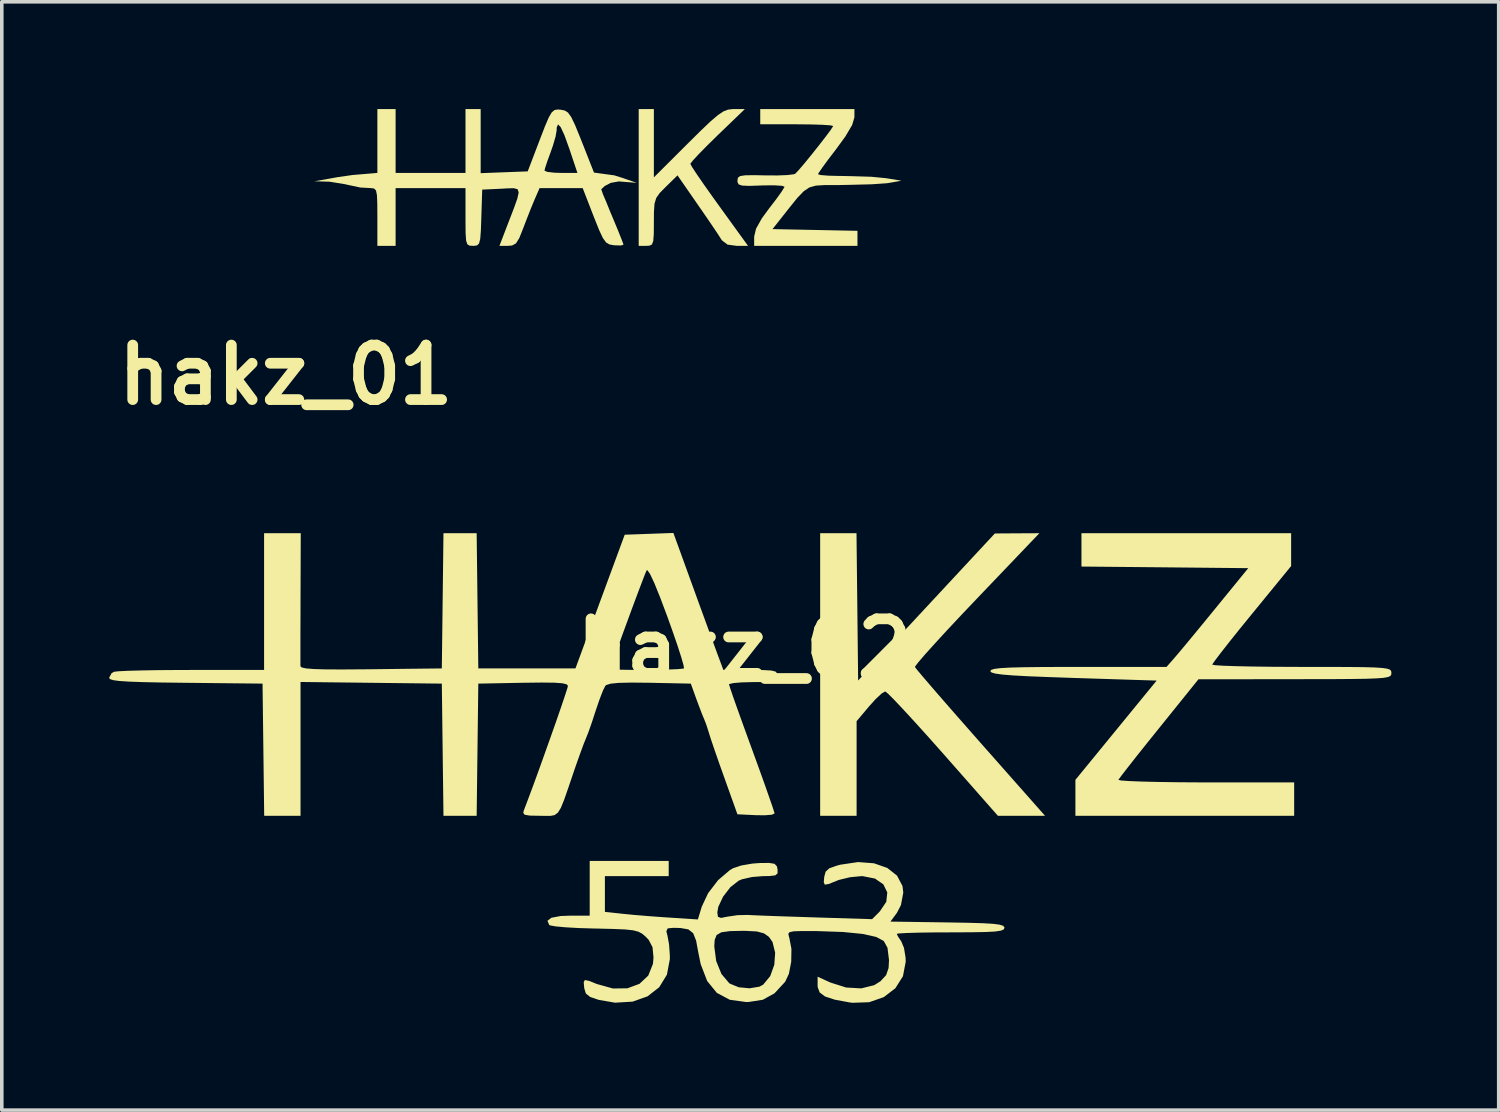
<source format=kicad_pcb>
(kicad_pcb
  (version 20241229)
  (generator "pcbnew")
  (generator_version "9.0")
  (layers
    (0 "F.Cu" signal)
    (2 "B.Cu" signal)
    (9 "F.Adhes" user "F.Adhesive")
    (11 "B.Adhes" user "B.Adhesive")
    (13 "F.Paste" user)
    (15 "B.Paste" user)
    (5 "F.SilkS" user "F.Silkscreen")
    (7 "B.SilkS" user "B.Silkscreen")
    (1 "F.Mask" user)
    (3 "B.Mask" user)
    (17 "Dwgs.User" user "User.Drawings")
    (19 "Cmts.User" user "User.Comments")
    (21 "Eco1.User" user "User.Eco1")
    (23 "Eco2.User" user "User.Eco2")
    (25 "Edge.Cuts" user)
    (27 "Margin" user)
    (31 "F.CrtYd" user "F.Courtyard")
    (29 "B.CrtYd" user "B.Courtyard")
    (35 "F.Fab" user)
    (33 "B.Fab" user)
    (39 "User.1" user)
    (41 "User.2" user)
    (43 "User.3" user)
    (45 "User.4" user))
  (footprint "hakz_01"
    (layer "F.Cu")
    (at 12.512 5.012)
    (property "Reference" "hakz_01" (at -7.57 2.42 0) (layer "F.SilkS") (effects (font (size 1.524 1.524) (thickness 0.3))))
    (attr board_only exclude_from_pos_files exclude_from_bom)
    (fp_poly (pts (xy 2.718 -3.103) (xy 3.675 -4.058) (xy 4.041 -4.42) (xy 4.312 -4.677) (xy 4.512 -4.847) (xy 4.664 -4.948) (xy 4.791 -4.997) (xy 4.916 -5.012) (xy 4.947 -5.012) (xy 5.261 -5.012) (xy 4.499 -4.278) (xy 4.209 -3.993) (xy 3.97 -3.75) (xy 3.805 -3.571) (xy 3.738 -3.483) (xy 3.738 -3.481) (xy 3.785 -3.394) (xy 3.916 -3.195) (xy 4.114 -2.907) (xy 4.362 -2.557) (xy 4.544 -2.304) (xy 5.35 -1.189) (xy 5.032 -1.189) (xy 4.778 -1.223) (xy 4.623 -1.341) (xy 4.596 -1.38) (xy 4.502 -1.527) (xy 4.335 -1.775) (xy 4.121 -2.088) (xy 3.929 -2.365) (xy 3.379 -3.159) (xy 3.049 -2.836) (xy 2.883 -2.668) (xy 2.785 -2.529) (xy 2.736 -2.367) (xy 2.72 -2.129) (xy 2.718 -1.852) (xy 2.716 -1.52) (xy 2.701 -1.323) (xy 2.663 -1.225) (xy 2.59 -1.193) (xy 2.506 -1.189) (xy 2.294 -1.189) (xy 2.294 -5.012) (xy 2.718 -5.012)) (stroke (width 0) (type solid)) (fill yes) (layer "F.SilkS"))
    (fp_poly (pts (xy 8.325 -4.782) (xy 8.262 -4.568) (xy 8.073 -4.248) (xy 7.815 -3.894) (xy 7.598 -3.61) (xy 7.427 -3.377) (xy 7.325 -3.227) (xy 7.306 -3.19) (xy 7.384 -3.168) (xy 7.59 -3.151) (xy 7.883 -3.143) (xy 7.943 -3.143) (xy 8.279 -3.136) (xy 8.8 -3.12) (xy 9.21 -3.08) (xy 9.64 -3.01) (xy 9.24 -2.94) (xy 8.81 -2.91) (xy 8.225 -2.895) (xy 7.871 -2.888) (xy 7.816 -2.888) (xy 7.486 -2.888) (xy 7.248 -2.873) (xy 7.067 -2.822) (xy 6.907 -2.715) (xy 6.73 -2.531) (xy 6.502 -2.248) (xy 6.337 -2.039) (xy 6.035 -1.657) (xy 8.41 -1.609) (xy 8.41 -1.189) (xy 5.522 -1.189) (xy 5.522 -1.446) (xy 5.574 -1.667) (xy 5.737 -1.958) (xy 5.946 -2.243) (xy 6.144 -2.501) (xy 6.293 -2.709) (xy 6.367 -2.83) (xy 6.371 -2.843) (xy 6.293 -2.868) (xy 6.086 -2.881) (xy 5.791 -2.879) (xy 5.713 -2.876) (xy 5.381 -2.865) (xy 5.184 -2.874) (xy 5.087 -2.907) (xy 5.056 -2.974) (xy 5.055 -3.014) (xy 5.067 -3.092) (xy 5.127 -3.139) (xy 5.267 -3.161) (xy 5.518 -3.165) (xy 5.819 -3.159) (xy 6.168 -3.157) (xy 6.455 -3.168) (xy 6.635 -3.191) (xy 6.669 -3.204) (xy 6.761 -3.3) (xy 6.921 -3.487) (xy 7.118 -3.728) (xy 7.326 -3.989) (xy 7.516 -4.234) (xy 7.66 -4.427) (xy 7.728 -4.533) (xy 7.73 -4.54) (xy 7.651 -4.558) (xy 7.434 -4.573) (xy 7.114 -4.583) (xy 6.721 -4.587) (xy 6.711 -4.587) (xy 5.692 -4.587) (xy 5.692 -5.012) (xy 8.325 -5.012)) (stroke (width 0) (type solid)) (fill yes) (layer "F.SilkS"))
    (fp_poly (pts (xy -4.502 -3.228) (xy -2.548 -3.228) (xy -2.548 -5.012) (xy -2.124 -5.012) (xy -2.124 -3.221) (xy -1.467 -3.246) (xy -0.809 -3.271) (xy -0.801 -3.292) (xy -0.34 -3.292) (xy -0.263 -3.257) (xy -0.065 -3.234) (xy 0.12 -3.228) (xy 0.581 -3.228) (xy 0.354 -3.905) (xy 0.218 -4.282) (xy 0.112 -4.51) (xy 0.039 -4.584) (xy 0.003 -4.499) (xy 0 -4.418) (xy -0.029 -4.246) (xy -0.105 -3.987) (xy -0.17 -3.802) (xy -0.263 -3.547) (xy -0.325 -3.357) (xy -0.34 -3.292) (xy -0.801 -3.292) (xy -0.475 -4.146) (xy -0.328 -4.527) (xy -0.221 -4.777) (xy -0.137 -4.921) (xy -0.057 -4.987) (xy 0.037 -5.001) (xy 0.11 -4.995) (xy 0.225 -4.973) (xy 0.318 -4.914) (xy 0.407 -4.79) (xy 0.512 -4.573) (xy 0.651 -4.233) (xy 0.703 -4.103) (xy 1.044 -3.237) (xy 1.39 -3.19) (xy 1.61 -3.16) (xy 1.819 -3.095) (xy 2.24 -2.95) (xy 1.74 -2.99) (xy 1.514 -2.95) (xy 1.347 -2.863) (xy 1.247 -2.771) (xy 1.295 -2.63) (xy 1.388 -2.413) (xy 1.508 -2.117) (xy 1.572 -1.966) (xy 1.703 -1.65) (xy 1.805 -1.397) (xy 1.862 -1.245) (xy 1.869 -1.22) (xy 1.795 -1.199) (xy 1.617 -1.204) (xy 1.604 -1.205) (xy 1.478 -1.227) (xy 1.382 -1.285) (xy 1.292 -1.408) (xy 1.189 -1.627) (xy 1.051 -1.972) (xy 1.033 -2.018) (xy 0.728 -2.803) (xy -0.477 -2.803) (xy -0.616 -2.485) (xy -0.725 -2.222) (xy -0.855 -1.89) (xy -0.936 -1.678) (xy -1.045 -1.405) (xy -1.137 -1.258) (xy -1.244 -1.199) (xy -1.358 -1.189) (xy -1.599 -1.189) (xy -1.363 -1.805) (xy -1.201 -2.224) (xy -1.099 -2.508) (xy -1.061 -2.682) (xy -1.091 -2.771) (xy -1.194 -2.8) (xy -1.376 -2.796) (xy -1.543 -2.786) (xy -2.081 -2.761) (xy -2.106 -1.975) (xy -2.119 -1.607) (xy -2.137 -1.377) (xy -2.171 -1.252) (xy -2.228 -1.2) (xy -2.319 -1.189) (xy -2.339 -1.189) (xy -2.436 -1.195) (xy -2.497 -1.234) (xy -2.531 -1.338) (xy -2.545 -1.539) (xy -2.548 -1.869) (xy -2.548 -1.996) (xy -2.548 -2.803) (xy -4.502 -2.803) (xy -4.502 -1.189) (xy -5.012 -1.189) (xy -5.012 -1.996) (xy -5.014 -2.37) (xy -5.024 -2.606) (xy -5.05 -2.736) (xy -5.103 -2.791) (xy -5.188 -2.803) (xy -5.49 -2.82) (xy -5.97 -2.922) (xy -6.35 -2.982) (xy -6.77 -2.994) (xy -6.12 -3.11) (xy -5.7 -3.17) (xy -5.22 -3.21) (xy -5.012 -3.228) (xy -5.012 -5.012) (xy -4.502 -5.012)) (stroke (width 0) (type solid)) (fill yes) (layer "F.SilkS")))
  (footprint "hakz_02"
    (layer "F.Cu")
    (at 17.755 15.085)
    (property "Reference" "hakz_02" (at 0 0 0) (layer "F.SilkS") (effects (font (size 1.524 1.524) (thickness 0.3))))
    (attr board_only exclude_from_pos_files exclude_from_bom)
    (fp_poly (pts (xy 3.163 -1.169) (xy 3.186 0.889) (xy 5.097 -1.166) (xy 7.008 -3.221) (xy 7.631 -3.225) (xy 8.253 -3.228) (xy 6.501 -1.394) (xy 6.061 -0.931) (xy 5.663 -0.506) (xy 5.322 -0.134) (xy 5.051 0.167) (xy 4.865 0.384) (xy 4.778 0.499) (xy 4.774 0.513) (xy 4.834 0.592) (xy 4.994 0.782) (xy 5.24 1.069) (xy 5.557 1.435) (xy 5.933 1.865) (xy 6.354 2.344) (xy 6.605 2.629) (xy 8.411 4.672) (xy 7.752 4.672) (xy 7.093 4.672) (xy 5.564 2.936) (xy 5.158 2.479) (xy 4.786 2.067) (xy 4.463 1.716) (xy 4.205 1.442) (xy 4.027 1.263) (xy 3.943 1.195) (xy 3.942 1.195) (xy 3.843 1.253) (xy 3.677 1.408) (xy 3.496 1.608) (xy 3.143 2.027) (xy 3.143 4.672) (xy 2.124 4.672) (xy 2.124 -3.228) (xy 3.14 -3.228)) (stroke (width 0) (type solid)) (fill yes) (layer "F.SilkS"))
    (fp_poly (pts (xy 15.291 -2.31) (xy 14.19 -0.964) (xy 13.857 -0.555) (xy 13.565 -0.19) (xy 13.329 0.111) (xy 13.165 0.327) (xy 13.089 0.437) (xy 13.085 0.446) (xy 13.166 0.462) (xy 13.396 0.477) (xy 13.753 0.489) (xy 14.218 0.499) (xy 14.77 0.506) (xy 15.386 0.509) (xy 15.588 0.51) (xy 16.306 0.51) (xy 16.871 0.512) (xy 17.303 0.516) (xy 17.619 0.525) (xy 17.837 0.539) (xy 17.976 0.559) (xy 18.053 0.586) (xy 18.086 0.623) (xy 18.094 0.669) (xy 18.094 0.68) (xy 18.09 0.727) (xy 18.064 0.764) (xy 17.999 0.793) (xy 17.878 0.815) (xy 17.684 0.83) (xy 17.4 0.841) (xy 17.007 0.847) (xy 16.488 0.851) (xy 15.827 0.852) (xy 15.397 0.853) (xy 12.7 0.856) (xy 11.596 2.226) (xy 11.263 2.64) (xy 10.967 3.011) (xy 10.726 3.318) (xy 10.554 3.54) (xy 10.469 3.656) (xy 10.463 3.667) (xy 10.537 3.685) (xy 10.76 3.701) (xy 11.112 3.715) (xy 11.571 3.726) (xy 12.117 3.734) (xy 12.729 3.738) (xy 12.905 3.738) (xy 15.376 3.738) (xy 15.376 4.672) (xy 9.26 4.672) (xy 9.26 3.667) (xy 10.395 2.28) (xy 11.531 0.892) (xy 9.206 0.818) (xy 8.496 0.793) (xy 7.939 0.771) (xy 7.519 0.748) (xy 7.22 0.724) (xy 7.025 0.697) (xy 6.918 0.667) (xy 6.881 0.631) (xy 6.881 0.626) (xy 6.907 0.592) (xy 6.994 0.565) (xy 7.161 0.544) (xy 7.422 0.529) (xy 7.796 0.519) (xy 8.297 0.513) (xy 8.944 0.51) (xy 9.344 0.51) (xy 11.807 0.51) (xy 12.013 0.276) (xy 12.135 0.133) (xy 12.342 -0.114) (xy 12.61 -0.438) (xy 12.918 -0.813) (xy 13.156 -1.104) (xy 14.092 -2.251) (xy 11.761 -2.274) (xy 9.429 -2.296) (xy 9.429 -3.228) (xy 15.291 -3.228)) (stroke (width 0) (type solid)) (fill yes) (layer "F.SilkS"))
    (fp_poly (pts (xy -1.446 -1.766) (xy -1.263 -1.261) (xy -1.087 -0.779) (xy -0.933 -0.355) (xy -0.812 -0.025) (xy -0.748 0.149) (xy -0.582 0.595) (xy 0.176 0.595) (xy 0.538 0.598) (xy 0.762 0.611) (xy 0.881 0.642) (xy 0.927 0.699) (xy 0.934 0.765) (xy 0.92 0.849) (xy 0.855 0.9) (xy 0.704 0.925) (xy 0.434 0.934) (xy 0.255 0.934) (xy -0.061 0.942) (xy -0.298 0.961) (xy -0.417 0.989) (xy -0.424 0.998) (xy -0.395 1.093) (xy -0.317 1.324) (xy -0.196 1.666) (xy -0.042 2.095) (xy 0.137 2.588) (xy 0.214 2.799) (xy 0.4 3.311) (xy 0.565 3.77) (xy 0.699 4.152) (xy 0.796 4.432) (xy 0.845 4.587) (xy 0.849 4.608) (xy 0.772 4.642) (xy 0.572 4.658) (xy 0.33 4.655) (xy -0.189 4.63) (xy -0.569 3.568) (xy -0.715 3.158) (xy -0.841 2.794) (xy -0.936 2.513) (xy -0.988 2.349) (xy -0.991 2.336) (xy -1.064 2.11) (xy -1.109 1.996) (xy -1.182 1.819) (xy -1.282 1.556) (xy -1.339 1.402) (xy -1.492 0.977) (xy -2.645 0.953) (xy -3.151 0.948) (xy -3.509 0.956) (xy -3.738 0.979) (xy -3.859 1.018) (xy -3.881 1.038) (xy -3.947 1.169) (xy -4.042 1.413) (xy -4.146 1.717) (xy -4.154 1.741) (xy -4.258 2.06) (xy -4.354 2.332) (xy -4.421 2.502) (xy -4.423 2.506) (xy -4.486 2.661) (xy -4.585 2.93) (xy -4.703 3.262) (xy -4.75 3.398) (xy -4.912 3.876) (xy -5.031 4.218) (xy -5.123 4.446) (xy -5.207 4.583) (xy -5.299 4.652) (xy -5.416 4.675) (xy -5.575 4.674) (xy -5.709 4.672) (xy -5.99 4.667) (xy -6.135 4.643) (xy -6.177 4.59) (xy -6.161 4.524) (xy -6.048 4.227) (xy -5.905 3.844) (xy -5.744 3.402) (xy -5.575 2.93) (xy -5.406 2.456) (xy -5.248 2.008) (xy -5.112 1.614) (xy -5.007 1.302) (xy -4.942 1.101) (xy -4.927 1.04) (xy -4.962 0.997) (xy -5.083 0.967) (xy -5.309 0.951) (xy -5.662 0.947) (xy -6.163 0.953) (xy -6.18 0.953) (xy -7.433 0.977) (xy -7.456 2.825) (xy -7.479 4.672) (xy -8.407 4.672) (xy -8.43 2.825) (xy -8.453 0.977) (xy -10.428 0.954) (xy -12.403 0.931) (xy -12.403 4.672) (xy -13.419 4.672) (xy -13.442 2.825) (xy -13.465 0.977) (xy -15.61 0.954) (xy -16.286 0.946) (xy -16.81 0.935) (xy -17.199 0.921) (xy -17.471 0.903) (xy -17.642 0.88) (xy -17.731 0.85) (xy -17.755 0.815) (xy -17.686 0.686) (xy -17.62 0.646) (xy -17.5 0.632) (xy -17.236 0.619) (xy -16.852 0.608) (xy -16.374 0.6) (xy -15.828 0.596) (xy -15.454 0.595) (xy -13.422 0.595) (xy -13.422 -3.228) (xy -12.397 -3.228) (xy -12.403 -1.423) (xy -12.404 -0.882) (xy -12.406 -0.395) (xy -12.406 0.011) (xy -12.406 0.308) (xy -12.406 0.471) (xy -12.406 0.49) (xy -12.37 0.525) (xy -12.253 0.551) (xy -12.038 0.569) (xy -11.709 0.579) (xy -11.249 0.581) (xy -10.641 0.577) (xy -10.428 0.575) (xy -9.337 0.562) (xy -3.738 0.562) (xy -3.66 0.578) (xy -3.451 0.588) (xy -3.153 0.593) (xy -2.804 0.594) (xy -2.445 0.591) (xy -2.116 0.583) (xy -1.855 0.572) (xy -1.704 0.557) (xy -1.682 0.55) (xy -1.696 0.459) (xy -1.76 0.236) (xy -1.866 -0.093) (xy -2.007 -0.502) (xy -2.15 -0.901) (xy -2.352 -1.439) (xy -2.514 -1.839) (xy -2.634 -2.093) (xy -2.709 -2.196) (xy -2.727 -2.189) (xy -2.774 -2.081) (xy -2.863 -1.849) (xy -2.985 -1.527) (xy -3.127 -1.146) (xy -3.277 -0.738) (xy -3.424 -0.337) (xy -3.554 0.026) (xy -3.658 0.318) (xy -3.722 0.508) (xy -3.738 0.562) (xy -9.337 0.562) (xy -8.453 0.552) (xy -8.407 -3.228) (xy -7.479 -3.228) (xy -7.456 -1.338) (xy -7.433 0.552) (xy -4.717 0.552) (xy -4.029 -1.317) (xy -3.34 -3.186) (xy -1.979 -3.235)) (stroke (width 0) (type solid)) (fill yes) (layer "F.SilkS"))
    (fp_poly (pts (xy -2.11 6.359) (xy -3.894 6.359) (xy -3.894 7.358) (xy -3.405 7.411) (xy -3.092 7.442) (xy -2.682 7.476) (xy -2.248 7.508) (xy -2.105 7.517) (xy -1.294 7.57) (xy -1.188 7.218) (xy -1.009 6.836) (xy -0.73 6.472) (xy -0.403 6.193) (xy -0.308 6.137) (xy -0.08 6.061) (xy 0.23 6.008) (xy 0.423 5.993) (xy 0.698 5.99) (xy 0.847 6.014) (xy 0.913 6.081) (xy 0.933 6.168) (xy 0.934 6.28) (xy 0.871 6.337) (xy 0.702 6.357) (xy 0.525 6.359) (xy 0.217 6.384) (xy -0.06 6.447) (xy -0.152 6.485) (xy -0.385 6.667) (xy -0.59 6.933) (xy -0.723 7.215) (xy -0.751 7.374) (xy -0.733 7.497) (xy -0.646 7.527) (xy -0.475 7.493) (xy -0.184 7.45) (xy 0.099 7.444) (xy 0.278 7.453) (xy 0.593 7.466) (xy 1.012 7.481) (xy 1.501 7.497) (xy 1.986 7.513) (xy 3.576 7.562) (xy 3.791 7.347) (xy 3.973 7.077) (xy 4.001 6.815) (xy 3.89 6.588) (xy 3.657 6.427) (xy 3.314 6.36) (xy 3.282 6.359) (xy 2.962 6.389) (xy 2.652 6.464) (xy 2.592 6.487) (xy 2.362 6.579) (xy 2.253 6.597) (xy 2.225 6.528) (xy 2.238 6.38) (xy 2.277 6.234) (xy 2.38 6.14) (xy 2.592 6.065) (xy 2.69 6.039) (xy 3.184 5.966) (xy 3.629 6) (xy 4.001 6.13) (xy 4.274 6.346) (xy 4.426 6.636) (xy 4.448 6.818) (xy 4.383 7.168) (xy 4.269 7.387) (xy 4.089 7.63) (xy 5.683 7.653) (xy 6.25 7.663) (xy 6.667 7.675) (xy 6.958 7.692) (xy 7.142 7.716) (xy 7.241 7.748) (xy 7.276 7.791) (xy 7.277 7.803) (xy 7.255 7.85) (xy 7.176 7.883) (xy 7.017 7.907) (xy 6.756 7.921) (xy 6.372 7.928) (xy 5.842 7.931) (xy 5.769 7.931) (xy 5.284 7.933) (xy 4.865 7.939) (xy 4.537 7.949) (xy 4.328 7.961) (xy 4.264 7.973) (xy 4.312 8.066) (xy 4.391 8.181) (xy 4.468 8.366) (xy 4.512 8.637) (xy 4.516 8.751) (xy 4.439 9.157) (xy 4.226 9.494) (xy 3.902 9.742) (xy 3.494 9.884) (xy 3.027 9.9) (xy 2.948 9.89) (xy 2.533 9.813) (xy 2.262 9.724) (xy 2.111 9.612) (xy 2.055 9.462) (xy 2.053 9.415) (xy 2.053 9.171) (xy 2.414 9.335) (xy 2.851 9.473) (xy 3.273 9.497) (xy 3.636 9.407) (xy 3.811 9.297) (xy 3.968 9.127) (xy 4.037 8.928) (xy 4.049 8.706) (xy 4.006 8.361) (xy 3.902 8.172) (xy 3.69 8.059) (xy 3.312 7.975) (xy 2.767 7.921) (xy 2.056 7.896) (xy 1.983 7.895) (xy 1.614 7.894) (xy 1.386 7.901) (xy 1.269 7.925) (xy 1.234 7.973) (xy 1.252 8.053) (xy 1.261 8.079) (xy 1.321 8.391) (xy 1.315 8.753) (xy 1.25 9.09) (xy 1.146 9.312) (xy 0.848 9.635) (xy 0.522 9.815) (xy 0.12 9.878) (xy 0.056 9.879) (xy -0.404 9.815) (xy -0.765 9.622) (xy -1.034 9.292) (xy -1.216 8.82) (xy -1.28 8.504) (xy -1.314 8.325) (xy -0.836 8.325) (xy -0.782 8.734) (xy -0.636 9.094) (xy -0.42 9.35) (xy -0.401 9.364) (xy -0.152 9.466) (xy 0.149 9.495) (xy 0.423 9.45) (xy 0.531 9.393) (xy 0.728 9.154) (xy 0.842 8.837) (xy 0.866 8.5) (xy 0.792 8.2) (xy 0.693 8.058) (xy 0.554 7.959) (xy 0.355 7.906) (xy 0.047 7.889) (xy -0.022 7.888) (xy -0.399 7.896) (xy -0.638 7.929) (xy -0.77 8.005) (xy -0.825 8.141) (xy -0.836 8.325) (xy -1.314 8.325) (xy -1.344 8.161) (xy -1.427 7.953) (xy -1.562 7.847) (xy -1.784 7.809) (xy -1.971 7.804) (xy -2.138 7.819) (xy -2.176 7.9) (xy -2.142 8.037) (xy -2.1 8.267) (xy -2.079 8.567) (xy -2.078 8.68) (xy -2.16 9.114) (xy -2.375 9.465) (xy -2.702 9.72) (xy -3.121 9.868) (xy -3.611 9.897) (xy -4.064 9.819) (xy -4.306 9.737) (xy -4.427 9.64) (xy -4.472 9.489) (xy -4.473 9.481) (xy -4.486 9.324) (xy -4.453 9.263) (xy -4.334 9.288) (xy -4.119 9.375) (xy -3.67 9.5) (xy -3.265 9.495) (xy -2.927 9.37) (xy -2.681 9.139) (xy -2.55 8.81) (xy -2.535 8.632) (xy -2.563 8.344) (xy -2.67 8.14) (xy -2.754 8.052) (xy -2.85 7.97) (xy -2.956 7.913) (xy -3.103 7.874) (xy -3.322 7.85) (xy -3.644 7.836) (xy -4.1 7.825) (xy -4.173 7.824) (xy -4.611 7.811) (xy -4.988 7.79) (xy -5.273 7.764) (xy -5.431 7.735) (xy -5.45 7.725) (xy -5.5 7.608) (xy -5.391 7.523) (xy -5.133 7.474) (xy -4.866 7.464) (xy -4.319 7.464) (xy -4.319 5.934) (xy -2.11 5.934)) (stroke (width 0) (type solid)) (fill yes) (layer "F.SilkS")))
  (gr_rect
    (start -3 -3)
    (end 38.849 27.985)
    (stroke (width 0.1) (type default))
    (fill no)
    (layer "Edge.Cuts")))
</source>
